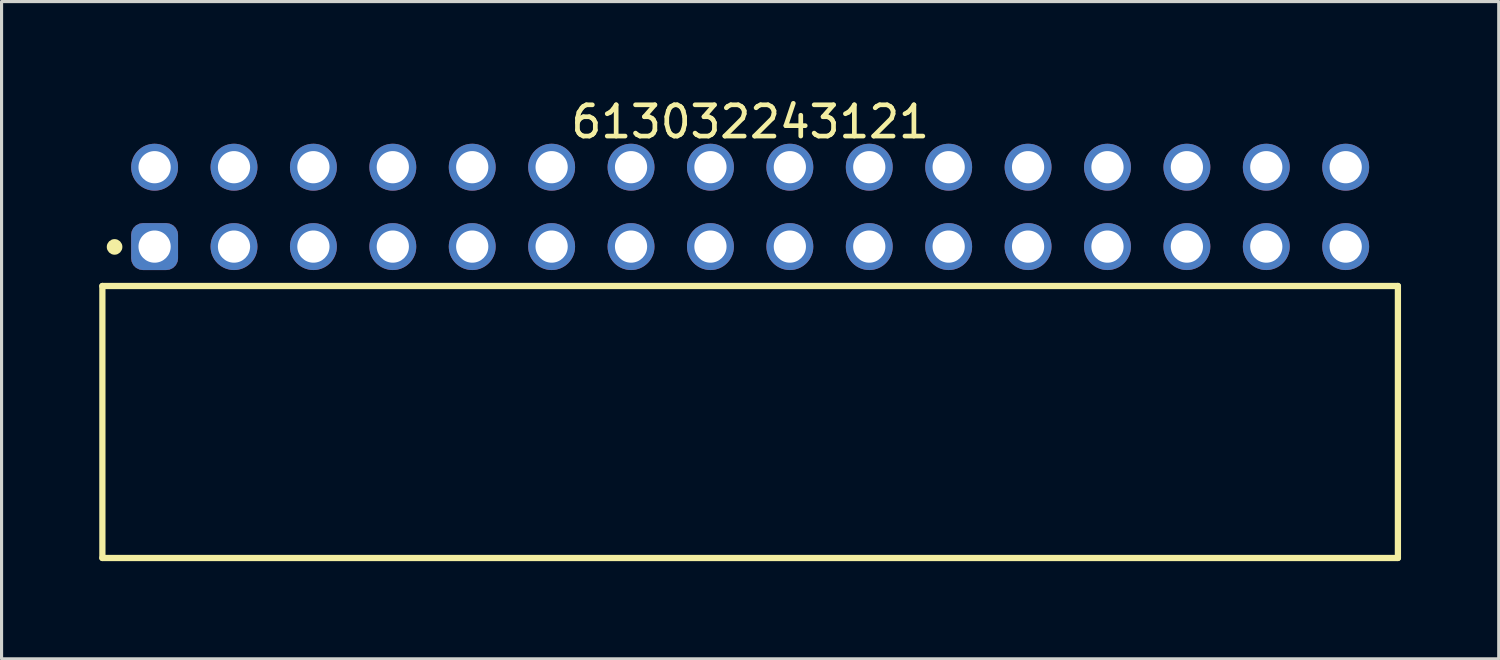
<source format=kicad_pcb>
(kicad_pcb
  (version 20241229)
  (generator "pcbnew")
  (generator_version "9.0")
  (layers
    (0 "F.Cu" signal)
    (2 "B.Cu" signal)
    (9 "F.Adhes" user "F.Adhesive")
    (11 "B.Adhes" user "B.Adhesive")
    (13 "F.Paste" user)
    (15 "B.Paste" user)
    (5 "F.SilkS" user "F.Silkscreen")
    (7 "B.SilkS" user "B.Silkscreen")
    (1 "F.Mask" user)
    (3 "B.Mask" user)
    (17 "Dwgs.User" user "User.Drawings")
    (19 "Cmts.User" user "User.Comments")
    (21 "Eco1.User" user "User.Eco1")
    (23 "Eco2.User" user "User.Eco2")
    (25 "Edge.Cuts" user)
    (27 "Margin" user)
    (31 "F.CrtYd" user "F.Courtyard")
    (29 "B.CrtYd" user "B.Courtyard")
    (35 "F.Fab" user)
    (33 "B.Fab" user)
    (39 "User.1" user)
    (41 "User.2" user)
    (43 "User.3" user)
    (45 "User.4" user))
  (footprint "613032243121"
    (layer "F.Cu")
    (at 20.945 10.448)
    (property "Reference" "613032243121" (at 0 -9.6 0) (layer "F.SilkS") (effects (font (size 1 1) (thickness 0.15))))
    (fp_line (start -20.72 -4.35) (end 20.72 -4.35) (stroke (width 0.2) (type solid)) (layer "F.SilkS"))
    (fp_line (start -20.72 4.35) (end -20.72 -4.35) (stroke (width 0.2) (type solid)) (layer "F.SilkS"))
    (fp_line (start -20.72 4.35) (end 20.72 4.35) (stroke (width 0.2) (type solid)) (layer "F.SilkS"))
    (fp_line (start 20.72 4.35) (end 20.72 -4.35) (stroke (width 0.2) (type solid)) (layer "F.SilkS"))
    (fp_circle (center -20.33 -5.6) (end -20.33 -5.725) (stroke (width 0.25) (type solid)) (fill no) (layer "F.SilkS"))
    (fp_line (start -20.92 -9.1) (end 20.92 -9.1) (stroke (width 0.05) (type solid)) (layer "Eco2.User"))
    (fp_line (start -20.92 4.55) (end -20.92 -9.1) (stroke (width 0.05) (type solid)) (layer "Eco2.User"))
    (fp_line (start -20.92 4.55) (end 20.92 4.55) (stroke (width 0.05) (type solid)) (layer "Eco2.User"))
    (fp_line (start -20.57 -4.25) (end 20.57 -4.25) (stroke (width 0.1) (type solid)) (layer "Eco2.User"))
    (fp_line (start -20.57 4.25) (end -20.57 -4.25) (stroke (width 0.1) (type solid)) (layer "Eco2.User"))
    (fp_line (start -20.57 4.25) (end 20.57 4.25) (stroke (width 0.1) (type solid)) (layer "Eco2.User"))
    (fp_line (start -19.42 -8.35) (end -18.68 -8.35) (stroke (width 0.1) (type solid)) (layer "Eco2.User"))
    (fp_line (start -19.42 -5.81) (end -18.68 -5.81) (stroke (width 0.1) (type solid)) (layer "Eco2.User"))
    (fp_line (start -19.42 -4.25) (end -19.42 -8.35) (stroke (width 0.1) (type solid)) (layer "Eco2.User"))
    (fp_line (start -18.68 -4.25) (end -18.68 -8.35) (stroke (width 0.1) (type solid)) (layer "Eco2.User"))
    (fp_line (start -16.88 -8.35) (end -16.14 -8.35) (stroke (width 0.1) (type solid)) (layer "Eco2.User"))
    (fp_line (start -16.88 -5.81) (end -16.14 -5.81) (stroke (width 0.1) (type solid)) (layer "Eco2.User"))
    (fp_line (start -16.88 -4.25) (end -16.88 -8.35) (stroke (width 0.1) (type solid)) (layer "Eco2.User"))
    (fp_line (start -16.14 -4.25) (end -16.14 -8.35) (stroke (width 0.1) (type solid)) (layer "Eco2.User"))
    (fp_line (start -14.34 -8.35) (end -13.6 -8.35) (stroke (width 0.1) (type solid)) (layer "Eco2.User"))
    (fp_line (start -14.34 -5.81) (end -13.6 -5.81) (stroke (width 0.1) (type solid)) (layer "Eco2.User"))
    (fp_line (start -14.34 -4.25) (end -14.34 -8.35) (stroke (width 0.1) (type solid)) (layer "Eco2.User"))
    (fp_line (start -13.6 -4.25) (end -13.6 -8.35) (stroke (width 0.1) (type solid)) (layer "Eco2.User"))
    (fp_line (start -11.8 -8.35) (end -11.06 -8.35) (stroke (width 0.1) (type solid)) (layer "Eco2.User"))
    (fp_line (start -11.8 -5.81) (end -11.06 -5.81) (stroke (width 0.1) (type solid)) (layer "Eco2.User"))
    (fp_line (start -11.8 -4.25) (end -11.8 -8.35) (stroke (width 0.1) (type solid)) (layer "Eco2.User"))
    (fp_line (start -11.06 -4.25) (end -11.06 -8.35) (stroke (width 0.1) (type solid)) (layer "Eco2.User"))
    (fp_line (start -9.26 -8.35) (end -8.52 -8.35) (stroke (width 0.1) (type solid)) (layer "Eco2.User"))
    (fp_line (start -9.26 -5.81) (end -8.52 -5.81) (stroke (width 0.1) (type solid)) (layer "Eco2.User"))
    (fp_line (start -9.26 -4.25) (end -9.26 -8.35) (stroke (width 0.1) (type solid)) (layer "Eco2.User"))
    (fp_line (start -8.52 -4.25) (end -8.52 -8.35) (stroke (width 0.1) (type solid)) (layer "Eco2.User"))
    (fp_line (start -6.72 -8.35) (end -5.98 -8.35) (stroke (width 0.1) (type solid)) (layer "Eco2.User"))
    (fp_line (start -6.72 -5.81) (end -5.98 -5.81) (stroke (width 0.1) (type solid)) (layer "Eco2.User"))
    (fp_line (start -6.72 -4.25) (end -6.72 -8.35) (stroke (width 0.1) (type solid)) (layer "Eco2.User"))
    (fp_line (start -5.98 -4.25) (end -5.98 -8.35) (stroke (width 0.1) (type solid)) (layer "Eco2.User"))
    (fp_line (start -4.18 -8.35) (end -3.44 -8.35) (stroke (width 0.1) (type solid)) (layer "Eco2.User"))
    (fp_line (start -4.18 -5.81) (end -3.44 -5.81) (stroke (width 0.1) (type solid)) (layer "Eco2.User"))
    (fp_line (start -4.18 -4.25) (end -4.18 -8.35) (stroke (width 0.1) (type solid)) (layer "Eco2.User"))
    (fp_line (start -3.44 -4.25) (end -3.44 -8.35) (stroke (width 0.1) (type solid)) (layer "Eco2.User"))
    (fp_line (start -1.64 -8.35) (end -0.9 -8.35) (stroke (width 0.1) (type solid)) (layer "Eco2.User"))
    (fp_line (start -1.64 -5.81) (end -0.9 -5.81) (stroke (width 0.1) (type solid)) (layer "Eco2.User"))
    (fp_line (start -1.64 -4.25) (end -1.64 -8.35) (stroke (width 0.1) (type solid)) (layer "Eco2.User"))
    (fp_line (start -0.9 -4.25) (end -0.9 -8.35) (stroke (width 0.1) (type solid)) (layer "Eco2.User"))
    (fp_line (start -0.5 0) (end 0.5 0) (stroke (width 0.05) (type solid)) (layer "Eco2.User"))
    (fp_line (start 0 0.5) (end 0 -0.5) (stroke (width 0.05) (type solid)) (layer "Eco2.User"))
    (fp_line (start 0.9 -8.35) (end 1.64 -8.35) (stroke (width 0.1) (type solid)) (layer "Eco2.User"))
    (fp_line (start 0.9 -5.81) (end 1.64 -5.81) (stroke (width 0.1) (type solid)) (layer "Eco2.User"))
    (fp_line (start 0.9 -4.25) (end 0.9 -8.35) (stroke (width 0.1) (type solid)) (layer "Eco2.User"))
    (fp_line (start 1.64 -4.25) (end 1.64 -8.35) (stroke (width 0.1) (type solid)) (layer "Eco2.User"))
    (fp_line (start 3.44 -8.35) (end 4.18 -8.35) (stroke (width 0.1) (type solid)) (layer "Eco2.User"))
    (fp_line (start 3.44 -5.81) (end 4.18 -5.81) (stroke (width 0.1) (type solid)) (layer "Eco2.User"))
    (fp_line (start 3.44 -4.25) (end 3.44 -8.35) (stroke (width 0.1) (type solid)) (layer "Eco2.User"))
    (fp_line (start 4.18 -4.25) (end 4.18 -8.35) (stroke (width 0.1) (type solid)) (layer "Eco2.User"))
    (fp_line (start 5.98 -8.35) (end 6.72 -8.35) (stroke (width 0.1) (type solid)) (layer "Eco2.User"))
    (fp_line (start 5.98 -5.81) (end 6.72 -5.81) (stroke (width 0.1) (type solid)) (layer "Eco2.User"))
    (fp_line (start 5.98 -4.25) (end 5.98 -8.35) (stroke (width 0.1) (type solid)) (layer "Eco2.User"))
    (fp_line (start 6.72 -4.25) (end 6.72 -8.35) (stroke (width 0.1) (type solid)) (layer "Eco2.User"))
    (fp_line (start 8.52 -8.35) (end 9.26 -8.35) (stroke (width 0.1) (type solid)) (layer "Eco2.User"))
    (fp_line (start 8.52 -5.81) (end 9.26 -5.81) (stroke (width 0.1) (type solid)) (layer "Eco2.User"))
    (fp_line (start 8.52 -4.25) (end 8.52 -8.35) (stroke (width 0.1) (type solid)) (layer "Eco2.User"))
    (fp_line (start 9.26 -4.25) (end 9.26 -8.35) (stroke (width 0.1) (type solid)) (layer "Eco2.User"))
    (fp_line (start 11.06 -8.35) (end 11.8 -8.35) (stroke (width 0.1) (type solid)) (layer "Eco2.User"))
    (fp_line (start 11.06 -5.81) (end 11.8 -5.81) (stroke (width 0.1) (type solid)) (layer "Eco2.User"))
    (fp_line (start 11.06 -4.25) (end 11.06 -8.35) (stroke (width 0.1) (type solid)) (layer "Eco2.User"))
    (fp_line (start 11.8 -4.25) (end 11.8 -8.35) (stroke (width 0.1) (type solid)) (layer "Eco2.User"))
    (fp_line (start 13.6 -8.35) (end 14.34 -8.35) (stroke (width 0.1) (type solid)) (layer "Eco2.User"))
    (fp_line (start 13.6 -5.81) (end 14.34 -5.81) (stroke (width 0.1) (type solid)) (layer "Eco2.User"))
    (fp_line (start 13.6 -4.25) (end 13.6 -8.35) (stroke (width 0.1) (type solid)) (layer "Eco2.User"))
    (fp_line (start 14.34 -4.25) (end 14.34 -8.35) (stroke (width 0.1) (type solid)) (layer "Eco2.User"))
    (fp_line (start 16.14 -8.35) (end 16.88 -8.35) (stroke (width 0.1) (type solid)) (layer "Eco2.User"))
    (fp_line (start 16.14 -5.81) (end 16.88 -5.81) (stroke (width 0.1) (type solid)) (layer "Eco2.User"))
    (fp_line (start 16.14 -4.25) (end 16.14 -8.35) (stroke (width 0.1) (type solid)) (layer "Eco2.User"))
    (fp_line (start 16.88 -4.25) (end 16.88 -8.35) (stroke (width 0.1) (type solid)) (layer "Eco2.User"))
    (fp_line (start 18.68 -8.35) (end 19.42 -8.35) (stroke (width 0.1) (type solid)) (layer "Eco2.User"))
    (fp_line (start 18.68 -5.81) (end 19.42 -5.81) (stroke (width 0.1) (type solid)) (layer "Eco2.User"))
    (fp_line (start 18.68 -4.25) (end 18.68 -8.35) (stroke (width 0.1) (type solid)) (layer "Eco2.User"))
    (fp_line (start 19.42 -4.25) (end 19.42 -8.35) (stroke (width 0.1) (type solid)) (layer "Eco2.User"))
    (fp_line (start 20.57 4.25) (end 20.57 -4.25) (stroke (width 0.1) (type solid)) (layer "Eco2.User"))
    (fp_line (start 20.92 4.55) (end 20.92 -9.1) (stroke (width 0.05) (type solid)) (layer "Eco2.User"))
    (fp_text user "${REFERENCE}" (at 0.15 -0.197 0) (unlocked yes) (layer "User.3") (effects (font (size 1.5 1.5) (thickness 0.15))))
    (pad "1" thru_hole roundrect (at -19.05 -5.61) (size 1.5 1.5) (drill 1.03) (layers "*.Cu" "*.Mask") (roundrect_rratio 0.25))
    (pad "2" thru_hole circle (at -19.05 -8.15) (size 1.5 1.5) (drill 1.03) (layers "*.Cu" "*.Mask"))
    (pad "3" thru_hole circle (at -16.51 -5.61) (size 1.5 1.5) (drill 1.03) (layers "*.Cu" "*.Mask"))
    (pad "4" thru_hole circle (at -16.51 -8.15) (size 1.5 1.5) (drill 1.03) (layers "*.Cu" "*.Mask"))
    (pad "5" thru_hole circle (at -13.97 -5.61) (size 1.5 1.5) (drill 1.03) (layers "*.Cu" "*.Mask"))
    (pad "6" thru_hole circle (at -13.97 -8.15) (size 1.5 1.5) (drill 1.03) (layers "*.Cu" "*.Mask"))
    (pad "7" thru_hole circle (at -11.43 -5.61) (size 1.5 1.5) (drill 1.03) (layers "*.Cu" "*.Mask"))
    (pad "8" thru_hole circle (at -11.43 -8.15) (size 1.5 1.5) (drill 1.03) (layers "*.Cu" "*.Mask"))
    (pad "9" thru_hole circle (at -8.89 -5.61) (size 1.5 1.5) (drill 1.03) (layers "*.Cu" "*.Mask"))
    (pad "10" thru_hole circle (at -8.89 -8.15) (size 1.5 1.5) (drill 1.03) (layers "*.Cu" "*.Mask"))
    (pad "11" thru_hole circle (at -6.35 -5.61) (size 1.5 1.5) (drill 1.03) (layers "*.Cu" "*.Mask"))
    (pad "12" thru_hole circle (at -6.35 -8.15) (size 1.5 1.5) (drill 1.03) (layers "*.Cu" "*.Mask"))
    (pad "13" thru_hole circle (at -3.81 -5.61) (size 1.5 1.5) (drill 1.03) (layers "*.Cu" "*.Mask"))
    (pad "14" thru_hole circle (at -3.81 -8.15) (size 1.5 1.5) (drill 1.03) (layers "*.Cu" "*.Mask"))
    (pad "15" thru_hole circle (at -1.27 -5.61) (size 1.5 1.5) (drill 1.03) (layers "*.Cu" "*.Mask"))
    (pad "16" thru_hole circle (at -1.27 -8.15) (size 1.5 1.5) (drill 1.03) (layers "*.Cu" "*.Mask"))
    (pad "17" thru_hole circle (at 1.27 -5.61) (size 1.5 1.5) (drill 1.03) (layers "*.Cu" "*.Mask"))
    (pad "18" thru_hole circle (at 1.27 -8.15) (size 1.5 1.5) (drill 1.03) (layers "*.Cu" "*.Mask"))
    (pad "19" thru_hole circle (at 3.81 -5.61) (size 1.5 1.5) (drill 1.03) (layers "*.Cu" "*.Mask"))
    (pad "20" thru_hole circle (at 3.81 -8.15) (size 1.5 1.5) (drill 1.03) (layers "*.Cu" "*.Mask"))
    (pad "21" thru_hole circle (at 6.35 -5.61) (size 1.5 1.5) (drill 1.03) (layers "*.Cu" "*.Mask"))
    (pad "22" thru_hole circle (at 6.35 -8.15) (size 1.5 1.5) (drill 1.03) (layers "*.Cu" "*.Mask"))
    (pad "23" thru_hole circle (at 8.89 -5.61) (size 1.5 1.5) (drill 1.03) (layers "*.Cu" "*.Mask"))
    (pad "24" thru_hole circle (at 8.89 -8.15) (size 1.5 1.5) (drill 1.03) (layers "*.Cu" "*.Mask"))
    (pad "25" thru_hole circle (at 11.43 -5.61) (size 1.5 1.5) (drill 1.03) (layers "*.Cu" "*.Mask"))
    (pad "26" thru_hole circle (at 11.43 -8.15) (size 1.5 1.5) (drill 1.03) (layers "*.Cu" "*.Mask"))
    (pad "27" thru_hole circle (at 13.97 -5.61) (size 1.5 1.5) (drill 1.03) (layers "*.Cu" "*.Mask"))
    (pad "28" thru_hole circle (at 13.97 -8.15) (size 1.5 1.5) (drill 1.03) (layers "*.Cu" "*.Mask"))
    (pad "29" thru_hole circle (at 16.51 -5.61) (size 1.5 1.5) (drill 1.03) (layers "*.Cu" "*.Mask"))
    (pad "30" thru_hole circle (at 16.51 -8.15) (size 1.5 1.5) (drill 1.03) (layers "*.Cu" "*.Mask"))
    (pad "31" thru_hole circle (at 19.05 -5.61) (size 1.5 1.5) (drill 1.03) (layers "*.Cu" "*.Mask"))
    (pad "32" thru_hole circle (at 19.05 -8.15) (size 1.5 1.5) (drill 1.03) (layers "*.Cu" "*.Mask")))
  (gr_rect
    (start -3 -3)
    (end 44.89 18.023)
    (stroke (width 0.1) (type default))
    (fill no)
    (layer "Edge.Cuts")))
</source>
